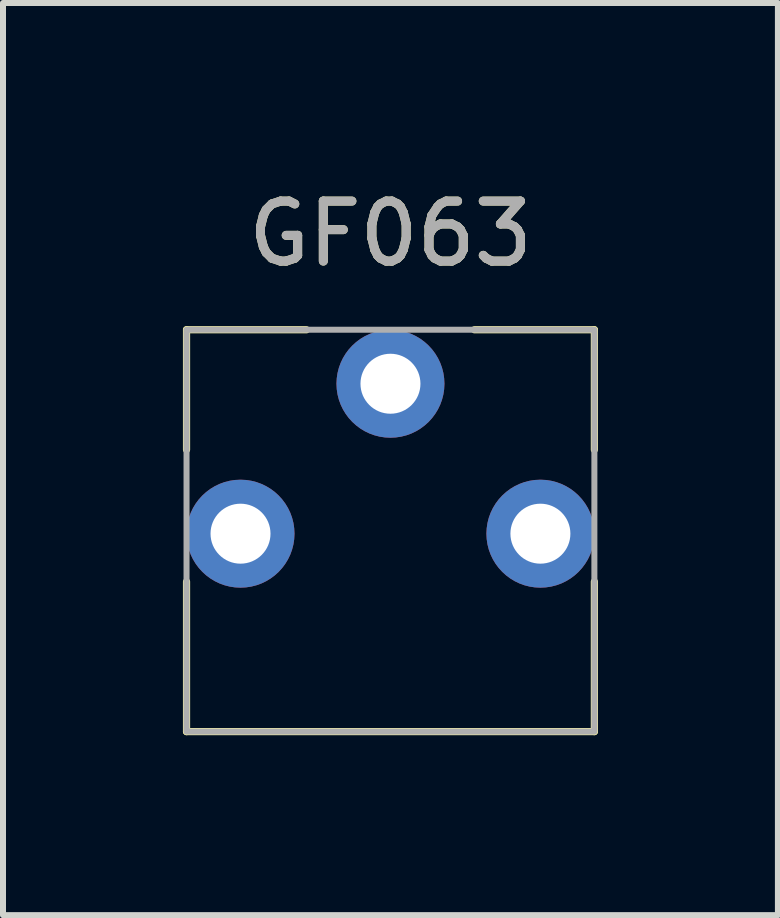
<source format=kicad_pcb>
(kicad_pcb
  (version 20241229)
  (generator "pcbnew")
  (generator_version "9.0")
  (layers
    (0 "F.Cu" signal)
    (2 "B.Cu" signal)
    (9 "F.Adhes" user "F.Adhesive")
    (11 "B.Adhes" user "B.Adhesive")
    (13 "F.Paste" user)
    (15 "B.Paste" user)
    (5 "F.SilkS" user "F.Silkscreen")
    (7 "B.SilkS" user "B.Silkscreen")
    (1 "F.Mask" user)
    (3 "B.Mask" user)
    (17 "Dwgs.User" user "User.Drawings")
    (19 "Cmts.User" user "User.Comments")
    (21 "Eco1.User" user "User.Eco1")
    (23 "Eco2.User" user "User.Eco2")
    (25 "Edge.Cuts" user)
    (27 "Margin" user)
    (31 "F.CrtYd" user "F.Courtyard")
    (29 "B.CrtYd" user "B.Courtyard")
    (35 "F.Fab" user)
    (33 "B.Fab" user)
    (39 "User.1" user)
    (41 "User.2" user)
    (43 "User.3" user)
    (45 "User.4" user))
  (footprint "GF063"
    (layer "F.Cu")
    (at 3.46 5.848)
    (property "Reference" "GF063" (at 0 -5 0) (unlocked yes) (layer "F.SilkS") (effects (font (size 1 1) (thickness 0.15))))
    (attr through_hole)
    (fp_line (start -3.4 -3.4) (end -3.4 -1.4) (stroke (width 0.12) (type solid)) (layer "F.SilkS"))
    (fp_line (start -3.4 -3.4) (end -1.4 -3.4) (stroke (width 0.12) (type solid)) (layer "F.SilkS"))
    (fp_line (start -3.4 3.3) (end -3.4 0.8) (stroke (width 0.12) (type solid)) (layer "F.SilkS"))
    (fp_line (start 3.4 -3.4) (end 1.4 -3.4) (stroke (width 0.12) (type solid)) (layer "F.SilkS"))
    (fp_line (start 3.4 -3.4) (end 3.4 -1.4) (stroke (width 0.12) (type solid)) (layer "F.SilkS"))
    (fp_line (start 3.4 3.3) (end -3.4 3.3) (stroke (width 0.12) (type solid)) (layer "F.SilkS"))
    (fp_line (start 3.4 3.3) (end 3.4 0.8) (stroke (width 0.12) (type solid)) (layer "F.SilkS"))
    (fp_rect (start -3.4 3.3) (end 3.4 -3.4) (stroke (width 0.1) (type solid)) (fill no) (layer "F.Fab"))
    (fp_text user "${REFERENCE}" (at 0 -5 0) (unlocked yes) (layer "F.Fab") (effects (font (size 1 1) (thickness 0.15))))
    (pad "1" thru_hole circle (at -2.5 0) (size 1.8 1.8) (drill 1) (layers "*.Cu" "*.Mask"))
    (pad "2" thru_hole circle (at 0 -2.5) (size 1.8 1.8) (drill 1) (layers "*.Cu" "*.Mask"))
    (pad "3" thru_hole circle (at 2.5 0) (size 1.8 1.8) (drill 1) (layers "*.Cu" "*.Mask")))
  (gr_rect
    (start -3 -3)
    (end 9.92 12.208)
    (stroke (width 0.1) (type default))
    (fill no)
    (layer "Edge.Cuts")))
</source>
